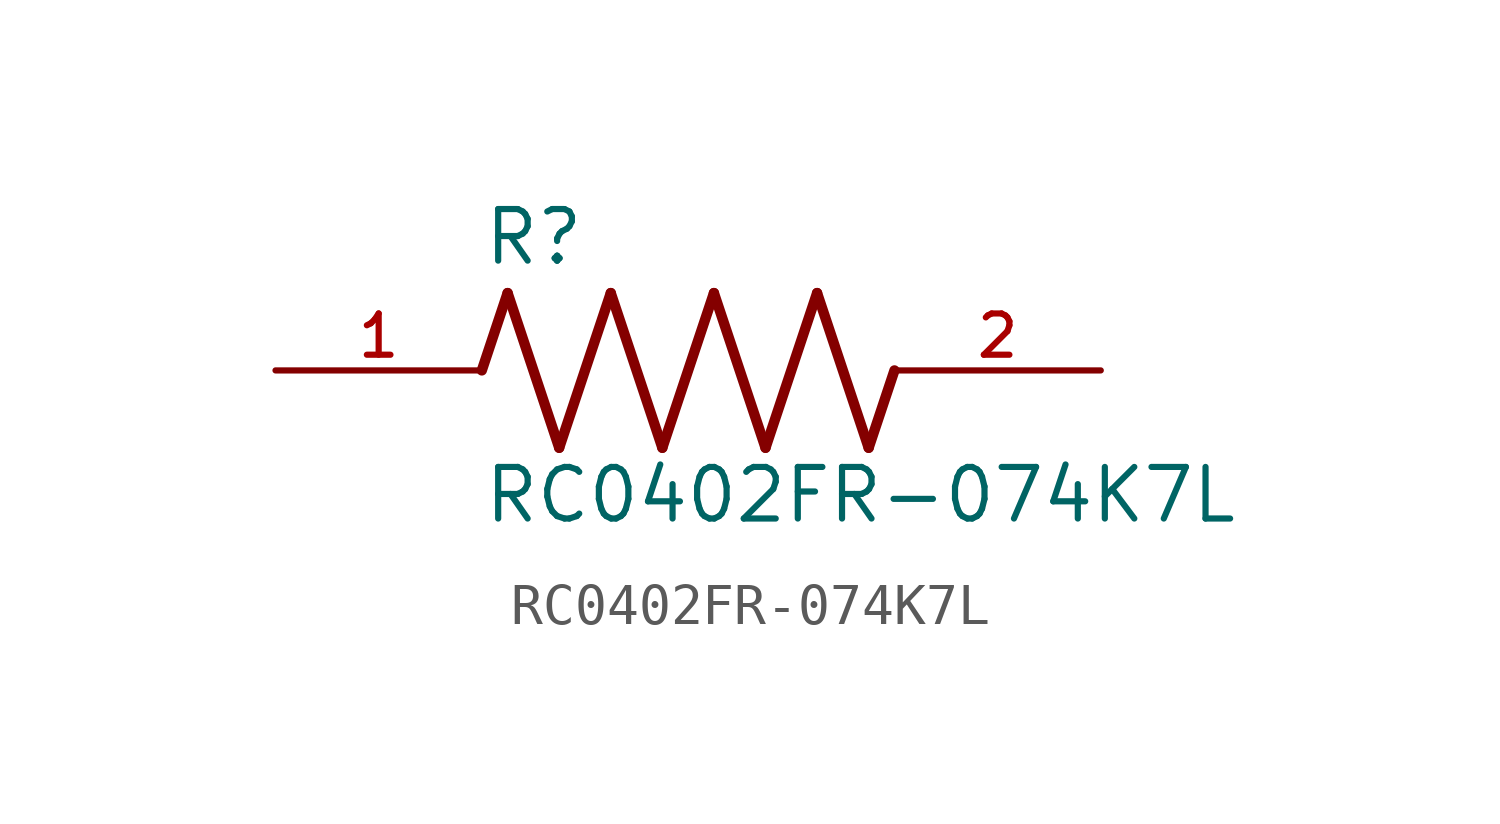
<source format=kicad_sym>
(kicad_symbol_lib
  (version 20211014)
  (generator kicad_symbol_editor)
  (symbol "RC0402FR-074K7L"
    (pin_names
      (offset 1.016))
    (property "Reference" "R"
      (at -5.08 2.54 0)
      (effects (font (size 1.27 1.27)) (justify bottom left)))
    (property "Value" "RC0402FR-074K7L"
      (at -5.08 -3.81 0)
      (effects (font (size 1.27 1.27)) (justify bottom left)))
    (symbol "RC0402FR-074K7L_0_0"
      (polyline (pts (xy -5.08 0.0) (xy -4.445 1.905)) (stroke (width 0.254)))
      (polyline (pts (xy -4.445 1.905) (xy -3.175 -1.905)) (stroke (width 0.254)))
      (polyline (pts (xy -3.175 -1.905) (xy -1.905 1.905)) (stroke (width 0.254)))
      (polyline (pts (xy -1.905 1.905) (xy -0.635 -1.905)) (stroke (width 0.254)))
      (polyline (pts (xy -0.635 -1.905) (xy 0.635 1.905)) (stroke (width 0.254)))
      (polyline (pts (xy 0.635 1.905) (xy 1.905 -1.905)) (stroke (width 0.254)))
      (polyline (pts (xy 1.905 -1.905) (xy 3.175 1.905)) (stroke (width 0.254)))
      (polyline (pts (xy 3.175 1.905) (xy 4.445 -1.905)) (stroke (width 0.254)))
      (polyline (pts (xy 4.445 -1.905) (xy 5.08 0.0)) (stroke (width 0.254)))
      (pin passive line (at -10.16 0.0 0) (length 5.08) (name "~" (effects (font (size 1.016 1.016)))) (number "1" (effects (font (size 1.016 1.016)))))
      (pin passive line (at 10.16 0.0 180.0) (length 5.08) (name "~" (effects (font (size 1.016 1.016)))) (number "2" (effects (font (size 1.016 1.016))))))))
</source>
